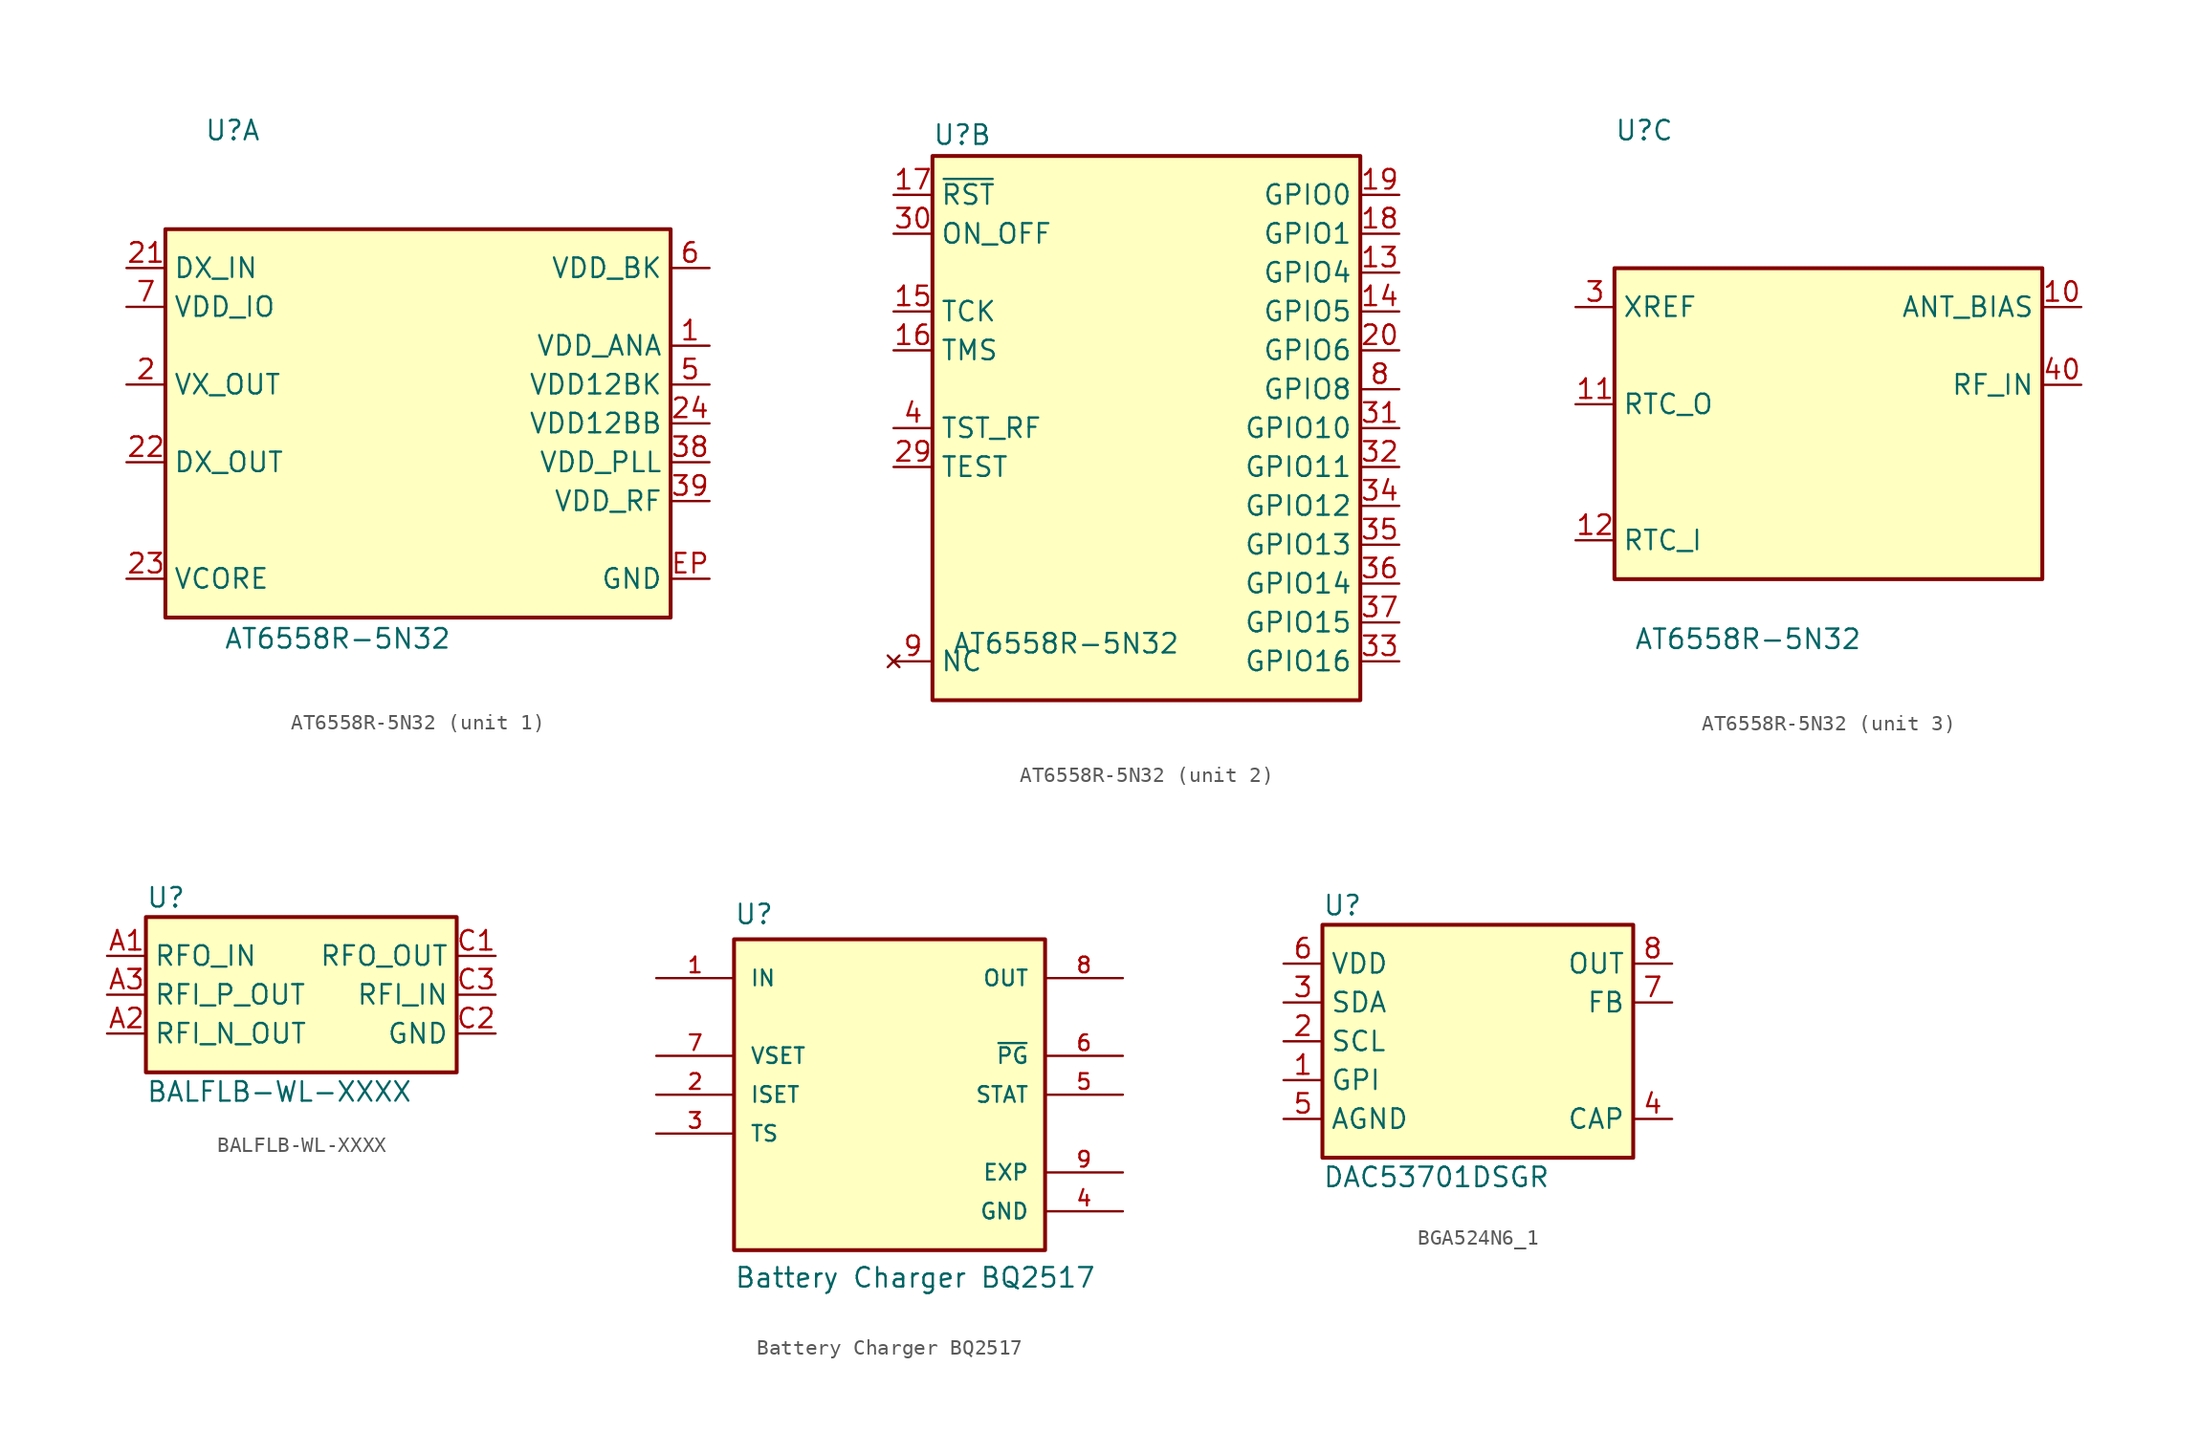
<source format=kicad_sym>
(kicad_symbol_lib
  (version 20241209)
  (generator "kicad_symbol_editor")
  (generator_version "9.0")
  (symbol "AT6558R-5N32"
    (property "Reference" "U"
      (at -13.97 18.415 0)
      (effects (font (size 1.27 1.27)) (justify left bottom)))
    (property "Value" "AT6558R-5N32"
      (at -12.7 -13.335 0)
      (effects (font (size 1.27 1.27)) (justify left top)))
    (property "ki_locked" ""
      (at 0 0 0)
      (effects (font (size 1.27 1.27))))
    (symbol "AT6558R-5N32_1_0"
      (pin power_out line (at 19.05 -2.54 180) (length 2.54) (name "VDD_PLL" (effects (font (size 1.27 1.27)))) (number "38" (effects (font (size 1.27 1.27)))))
      (pin power_out line (at 19.05 -5.08 180) (length 2.54) (name "VDD_RF" (effects (font (size 1.27 1.27)))) (number "39" (effects (font (size 1.27 1.27)))))
      (pin passive line (at 19.05 -10.16 180) (length 2.54) (name "GND" (effects (font (size 1.27 1.27)))) (number "EP" (effects (font (size 1.27 1.27))))))
    (symbol "AT6558R-5N32_1_1"
      (rectangle (start -16.51 12.7) (end 16.51 -12.7) (stroke (width 0.254) (type default)) (fill (type background)))
      (pin power_in line (at -19.05 10.16 0) (length 2.54) (name "DX_IN" (effects (font (size 1.27 1.27)))) (number "21" (effects (font (size 1.27 1.27)))))
      (pin power_in line (at -19.05 7.62 0) (length 2.54) (name "VDD_IO" (effects (font (size 1.27 1.27)))) (number "7" (effects (font (size 1.27 1.27)))))
      (pin power_out line (at -19.05 2.54 0) (length 2.54) (name "VX_OUT" (effects (font (size 1.27 1.27)))) (number "2" (effects (font (size 1.27 1.27)))))
      (pin power_out line (at -19.05 -2.54 0) (length 2.54) (name "DX_OUT" (effects (font (size 1.27 1.27)))) (number "22" (effects (font (size 1.27 1.27)))))
      (pin power_in line (at -19.05 -10.16 0) (length 2.54) (name "VCORE" (effects (font (size 1.27 1.27)))) (number "23" (effects (font (size 1.27 1.27)))))
      (pin power_in line (at 19.05 10.16 180) (length 2.54) (name "VDD_BK" (effects (font (size 1.27 1.27)))) (number "6" (effects (font (size 1.27 1.27)))))
      (pin power_out line (at 19.05 5.08 180) (length 2.54) (name "VDD_ANA" (effects (font (size 1.27 1.27)))) (number "1" (effects (font (size 1.27 1.27)))))
      (pin power_out line (at 19.05 2.54 180) (length 2.54) (name "VDD12BK" (effects (font (size 1.27 1.27)))) (number "5" (effects (font (size 1.27 1.27)))))
      (pin power_out line (at 19.05 0 180) (length 2.54) (name "VDD12BB" (effects (font (size 1.27 1.27)))) (number "24" (effects (font (size 1.27 1.27))))))
    (symbol "AT6558R-5N32_2_0"
      (pin input line (at -16.51 12.7 0) (length 2.54) (name "ON_OFF" (effects (font (size 1.27 1.27)))) (number "30" (effects (font (size 1.27 1.27)))))
      (pin input line (at -16.51 -2.54 0) (length 2.54) (name "TEST" (effects (font (size 1.27 1.27)))) (number "29" (effects (font (size 1.27 1.27)))))
      (pin no_connect line (at -16.51 -15.24 0) (length 2.54) (hide yes) (name "NC" (effects (font (size 1.27 1.27)))) (number "25" (effects (font (size 1.27 1.27)))))
      (pin no_connect line (at -16.51 -15.24 0) (length 2.54) (hide yes) (name "NC" (effects (font (size 1.27 1.27)))) (number "26" (effects (font (size 1.27 1.27)))))
      (pin no_connect line (at -16.51 -15.24 0) (length 2.54) (hide yes) (name "NC" (effects (font (size 1.27 1.27)))) (number "27" (effects (font (size 1.27 1.27)))))
      (pin no_connect line (at -16.51 -15.24 0) (length 2.54) (hide yes) (name "NC" (effects (font (size 1.27 1.27)))) (number "28" (effects (font (size 1.27 1.27)))))
      (pin bidirectional line (at 16.51 0 180) (length 2.54) (name "GPIO10" (effects (font (size 1.27 1.27)))) (number "31" (effects (font (size 1.27 1.27)))))
      (pin bidirectional line (at 16.51 -2.54 180) (length 2.54) (name "GPIO11" (effects (font (size 1.27 1.27)))) (number "32" (effects (font (size 1.27 1.27)))))
      (pin bidirectional line (at 16.51 -5.08 180) (length 2.54) (name "GPIO12" (effects (font (size 1.27 1.27)))) (number "34" (effects (font (size 1.27 1.27)))))
      (pin bidirectional line (at 16.51 -7.62 180) (length 2.54) (name "GPIO13" (effects (font (size 1.27 1.27)))) (number "35" (effects (font (size 1.27 1.27)))))
      (pin bidirectional line (at 16.51 -10.16 180) (length 2.54) (name "GPIO14" (effects (font (size 1.27 1.27)))) (number "36" (effects (font (size 1.27 1.27)))))
      (pin bidirectional line (at 16.51 -12.7 180) (length 2.54) (name "GPIO15" (effects (font (size 1.27 1.27)))) (number "37" (effects (font (size 1.27 1.27)))))
      (pin bidirectional line (at 16.51 -15.24 180) (length 2.54) (name "GPIO16" (effects (font (size 1.27 1.27)))) (number "33" (effects (font (size 1.27 1.27))))))
    (symbol "AT6558R-5N32_2_1"
      (rectangle (start -13.97 17.78) (end 13.97 -17.78) (stroke (width 0.254) (type default)) (fill (type background)))
      (pin input line (at -16.51 15.24 0) (length 2.54) (name "~{RST}" (effects (font (size 1.27 1.27)))) (number "17" (effects (font (size 1.27 1.27)))))
      (pin input line (at -16.51 7.62 0) (length 2.54) (name "TCK" (effects (font (size 1.27 1.27)))) (number "15" (effects (font (size 1.27 1.27)))))
      (pin bidirectional line (at -16.51 5.08 0) (length 2.54) (name "TMS" (effects (font (size 1.27 1.27)))) (number "16" (effects (font (size 1.27 1.27)))))
      (pin output line (at -16.51 0 0) (length 2.54) (name "TST_RF" (effects (font (size 1.27 1.27)))) (number "4" (effects (font (size 1.27 1.27)))))
      (pin no_connect line (at -16.51 -15.24 0) (length 2.54) (name "NC" (effects (font (size 1.27 1.27)))) (number "9" (effects (font (size 1.27 1.27)))))
      (pin bidirectional line (at 16.51 15.24 180) (length 2.54) (name "GPIO0" (effects (font (size 1.27 1.27)))) (number "19" (effects (font (size 1.27 1.27)))))
      (pin bidirectional line (at 16.51 12.7 180) (length 2.54) (name "GPIO1" (effects (font (size 1.27 1.27)))) (number "18" (effects (font (size 1.27 1.27)))))
      (pin bidirectional line (at 16.51 10.16 180) (length 2.54) (name "GPIO4" (effects (font (size 1.27 1.27)))) (number "13" (effects (font (size 1.27 1.27)))))
      (pin bidirectional line (at 16.51 7.62 180) (length 2.54) (name "GPIO5" (effects (font (size 1.27 1.27)))) (number "14" (effects (font (size 1.27 1.27)))))
      (pin bidirectional line (at 16.51 5.08 180) (length 2.54) (name "GPIO6" (effects (font (size 1.27 1.27)))) (number "20" (effects (font (size 1.27 1.27)))))
      (pin bidirectional line (at 16.51 2.54 180) (length 2.54) (name "GPIO8" (effects (font (size 1.27 1.27)))) (number "8" (effects (font (size 1.27 1.27))))))
    (symbol "AT6558R-5N32_3_0"
      (pin passive line (at 16.51 2.54 180) (length 2.54) (name "RF_IN" (effects (font (size 1.27 1.27)))) (number "40" (effects (font (size 1.27 1.27))))))
    (symbol "AT6558R-5N32_3_1"
      (rectangle (start -13.97 10.16) (end 13.97 -10.16) (stroke (width 0.254) (type default)) (fill (type background)))
      (pin input line (at -16.51 7.62 0) (length 2.54) (name "XREF" (effects (font (size 1.27 1.27)))) (number "3" (effects (font (size 1.27 1.27)))))
      (pin output line (at -16.51 1.27 0) (length 2.54) (name "RTC_O" (effects (font (size 1.27 1.27)))) (number "11" (effects (font (size 1.27 1.27)))))
      (pin input line (at -16.51 -7.62 0) (length 2.54) (name "RTC_I" (effects (font (size 1.27 1.27)))) (number "12" (effects (font (size 1.27 1.27)))))
      (pin passive line (at 16.51 7.62 180) (length 2.54) (name "ANT_BIAS" (effects (font (size 1.27 1.27)))) (number "10" (effects (font (size 1.27 1.27)))))))
  (symbol "BALFLB-WL-XXXX"
    (property "Reference" "U"
      (at -10.16 6.35 0)
      (do_not_autoplace)
      (effects (font (size 1.27 1.27)) (justify left)))
    (property "Value" "BALFLB-WL-XXXX"
      (at -10.16 -6.35 0)
      (do_not_autoplace)
      (effects (font (size 1.27 1.27)) (justify left)))
    (symbol "BALFLB-WL-XXXX_0_0"
      (rectangle (start -10.16 5.08) (end 10.16 -5.08) (stroke (width 0.254) (type default)) (fill (type background))))
    (symbol "BALFLB-WL-XXXX_1_1"
      (pin input line (at -12.7 2.54 0) (length 2.54) (name "RFO_IN" (effects (font (size 1.27 1.27)))) (number "A1" (effects (font (size 1.27 1.27)))))
      (pin output line (at -12.7 0 0) (length 2.54) (name "RFI_P_OUT" (effects (font (size 1.27 1.27)))) (number "A3" (effects (font (size 1.27 1.27)))))
      (pin output line (at -12.7 -2.54 0) (length 2.54) (name "RFI_N_OUT" (effects (font (size 1.27 1.27)))) (number "A2" (effects (font (size 1.27 1.27)))))
      (pin output line (at 12.7 2.54 180) (length 2.54) (name "RFO_OUT" (effects (font (size 1.27 1.27)))) (number "C1" (effects (font (size 1.27 1.27)))))
      (pin input line (at 12.7 0 180) (length 2.54) (name "RFI_IN" (effects (font (size 1.27 1.27)))) (number "C3" (effects (font (size 1.27 1.27)))))
      (pin passive line (at 12.7 -2.54 180) (length 2.54) (hide yes) (name "GND" (effects (font (size 1.27 1.27)))) (number "B1" (effects (font (size 1.27 1.27)))))
      (pin passive line (at 12.7 -2.54 180) (length 2.54) (hide yes) (name "GND" (effects (font (size 1.27 1.27)))) (number "B2" (effects (font (size 1.27 1.27)))))
      (pin passive line (at 12.7 -2.54 180) (length 2.54) (name "GND" (effects (font (size 1.27 1.27)))) (number "C2" (effects (font (size 1.27 1.27)))))))
  (symbol "Battery Charger BQ2517"
    (pin_names
      (offset 1.016))
    (property "Reference" "U"
      (at -10.16 11.049 0)
      (effects (font (size 1.27 1.27)) (justify left bottom)))
    (property "Value" "Battery Charger BQ2517"
      (at -10.16 -12.7 0)
      (effects (font (size 1.27 1.27)) (justify left bottom)))
    (symbol "Battery Charger BQ2517_0_0"
      (rectangle (start -10.16 10.16) (end 10.16 -10.16) (stroke (width 0.254) (type default)) (fill (type background)))
      (pin input line (at -15.24 7.62 0) (length 5.08) (name "IN" (effects (font (size 1.016 1.016)))) (number "1" (effects (font (size 1.016 1.016)))))
      (pin input line (at -15.24 2.54 0) (length 5.08) (name "VSET" (effects (font (size 1.016 1.016)))) (number "7" (effects (font (size 1.016 1.016)))))
      (pin input line (at -15.24 0 0) (length 5.08) (name "ISET" (effects (font (size 1.016 1.016)))) (number "2" (effects (font (size 1.016 1.016)))))
      (pin input line (at -15.24 -2.54 0) (length 5.08) (name "TS" (effects (font (size 1.016 1.016)))) (number "3" (effects (font (size 1.016 1.016)))))
      (pin output line (at 15.24 7.62 180) (length 5.08) (name "OUT" (effects (font (size 1.016 1.016)))) (number "8" (effects (font (size 1.016 1.016)))))
      (pin output line (at 15.24 2.54 180) (length 5.08) (name "~{PG}" (effects (font (size 1.016 1.016)))) (number "6" (effects (font (size 1.016 1.016)))))
      (pin output line (at 15.24 0 180) (length 5.08) (name "STAT" (effects (font (size 1.016 1.016)))) (number "5" (effects (font (size 1.016 1.016)))))
      (pin power_in line (at 15.24 -5.08 180) (length 5.08) (name "EXP" (effects (font (size 1.016 1.016)))) (number "9" (effects (font (size 1.016 1.016)))))
      (pin power_in line (at 15.24 -7.62 180) (length 5.08) (name "GND" (effects (font (size 1.016 1.016)))) (number "4" (effects (font (size 1.016 1.016)))))))
  (symbol "BGA524N6_1"
    (property "Reference" "U"
      (at -10.16 8.89 0)
      (do_not_autoplace)
      (effects (font (size 1.27 1.27)) (justify left)))
    (property "Value" "DAC53701DSGR"
      (at -10.16 -8.89 0)
      (do_not_autoplace)
      (effects (font (size 1.27 1.27)) (justify left)))
    (symbol "BGA524N6_1_0_0"
      (rectangle (start -10.16 7.62) (end 10.16 -7.62) (stroke (width 0.254) (type default)) (fill (type background))))
    (symbol "BGA524N6_1_1_1"
      (pin power_in line (at -12.7 5.08 0) (length 2.54) (name "VDD" (effects (font (size 1.27 1.27)))) (number "6" (effects (font (size 1.27 1.27)))))
      (pin bidirectional line (at -12.7 2.54 0) (length 2.54) (name "SDA" (effects (font (size 1.27 1.27)))) (number "3" (effects (font (size 1.27 1.27)))))
      (pin input line (at -12.7 0 0) (length 2.54) (name "SCL" (effects (font (size 1.27 1.27)))) (number "2" (effects (font (size 1.27 1.27)))))
      (pin input line (at -12.7 -2.54 0) (length 2.54) (name "GPI" (effects (font (size 1.27 1.27)))) (number "1" (effects (font (size 1.27 1.27)))))
      (pin passive line (at -12.7 -5.08 0) (length 2.54) (name "AGND" (effects (font (size 1.27 1.27)))) (number "5" (effects (font (size 1.27 1.27)))))
      (pin output line (at 12.7 5.08 180) (length 2.54) (name "OUT" (effects (font (size 1.27 1.27)))) (number "8" (effects (font (size 1.27 1.27)))))
      (pin input line (at 12.7 2.54 180) (length 2.54) (name "FB" (effects (font (size 1.27 1.27)))) (number "7" (effects (font (size 1.27 1.27)))))
      (pin no_connect line (at 12.7 -2.54 180) (length 2.54) (hide yes) (name "EXP" (effects (font (size 1.27 1.27)))) (number "9" (effects (font (size 1.27 1.27)))))
      (pin power_out line (at 12.7 -5.08 180) (length 2.54) (name "CAP" (effects (font (size 1.27 1.27)))) (number "4" (effects (font (size 1.27 1.27))))))))
</source>
